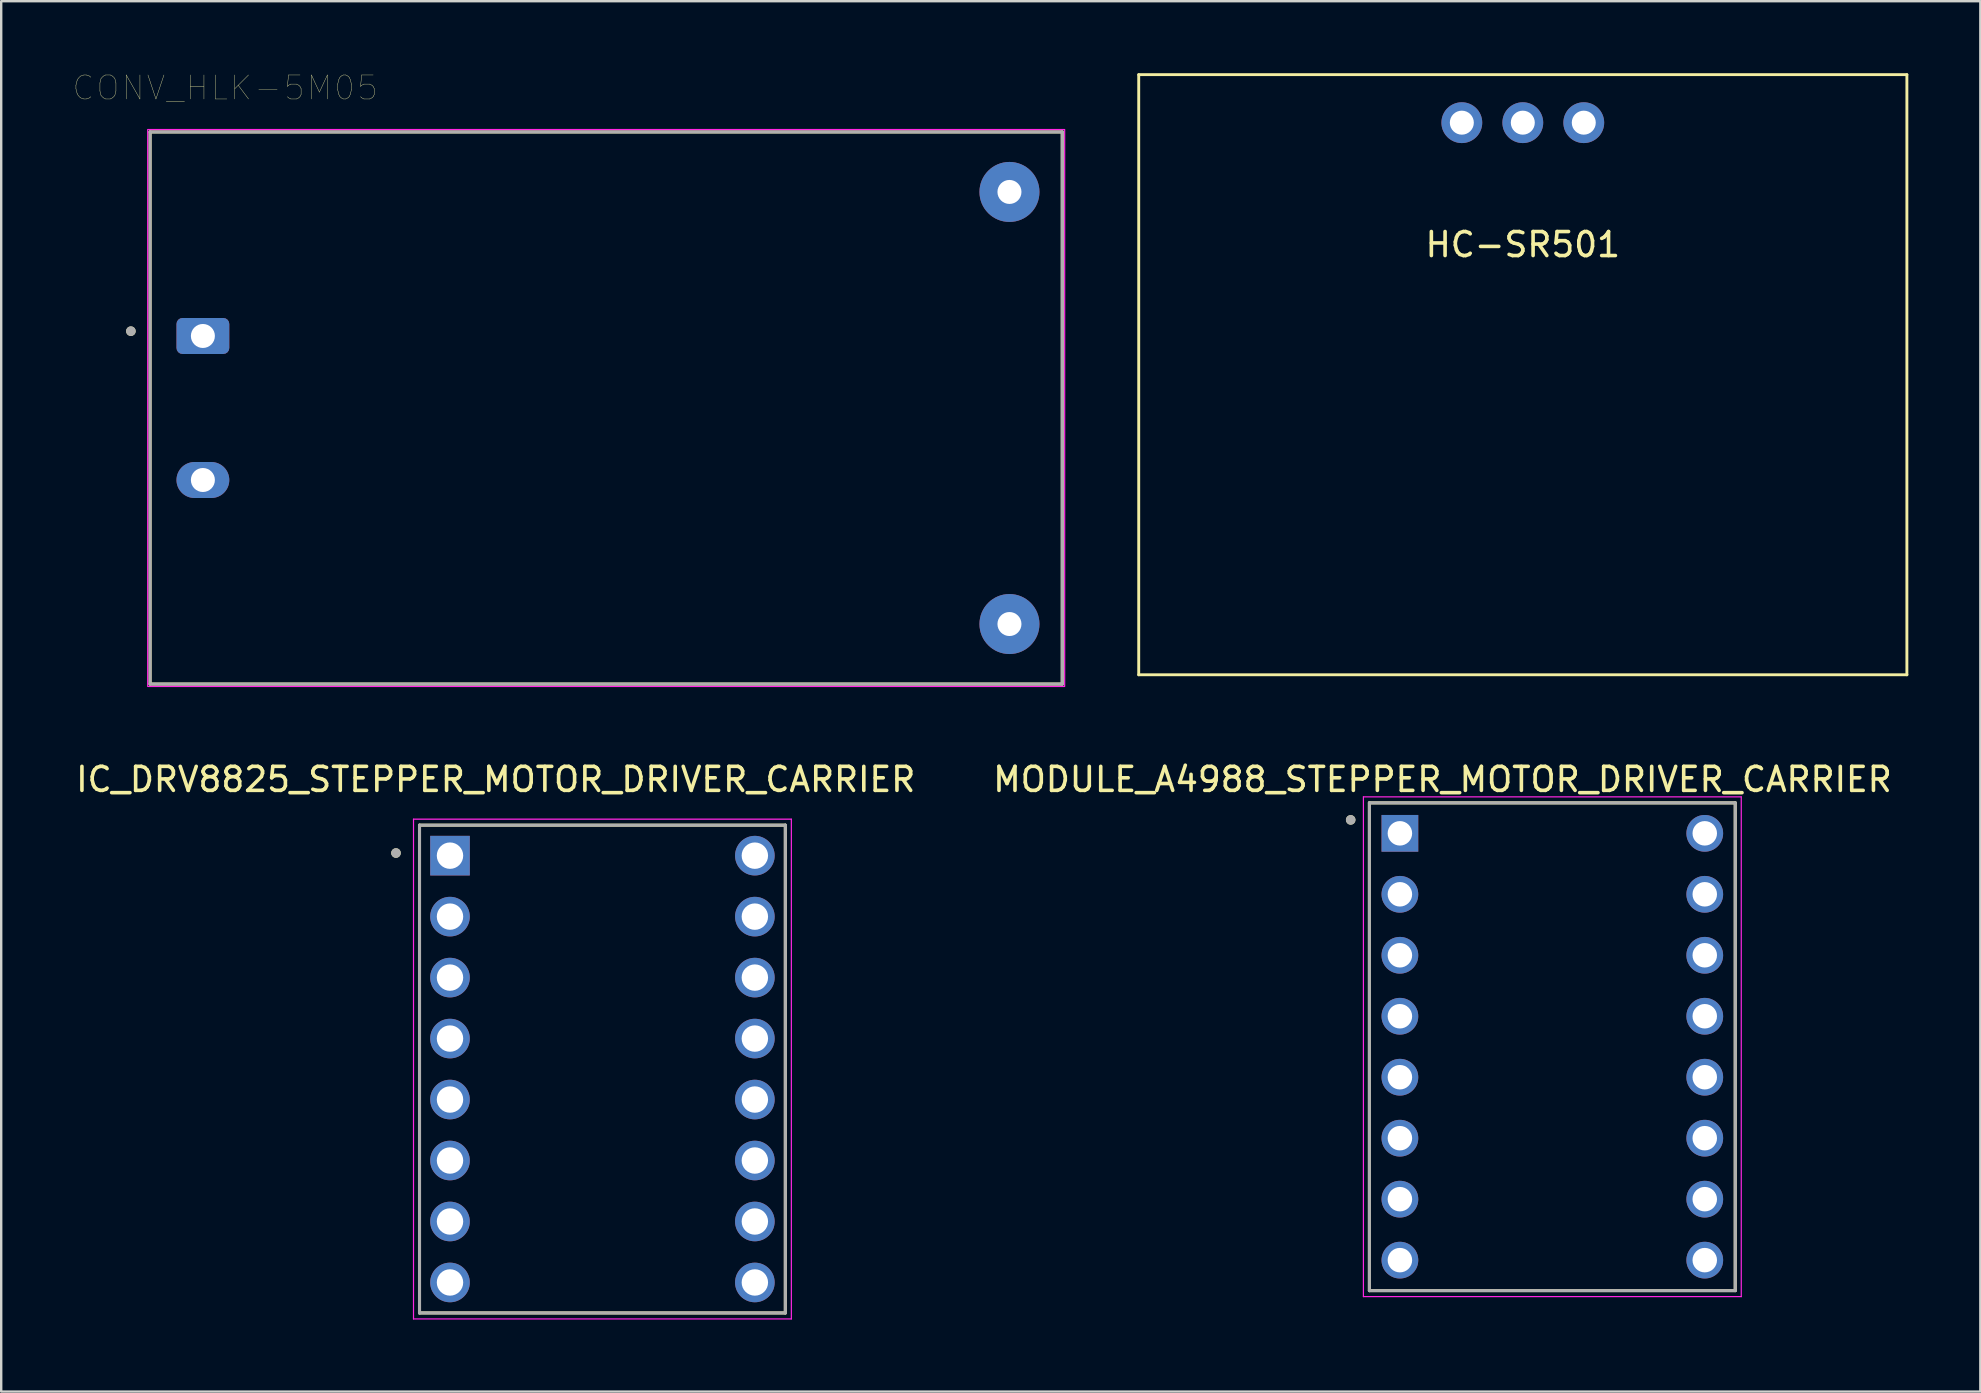
<source format=kicad_pcb>
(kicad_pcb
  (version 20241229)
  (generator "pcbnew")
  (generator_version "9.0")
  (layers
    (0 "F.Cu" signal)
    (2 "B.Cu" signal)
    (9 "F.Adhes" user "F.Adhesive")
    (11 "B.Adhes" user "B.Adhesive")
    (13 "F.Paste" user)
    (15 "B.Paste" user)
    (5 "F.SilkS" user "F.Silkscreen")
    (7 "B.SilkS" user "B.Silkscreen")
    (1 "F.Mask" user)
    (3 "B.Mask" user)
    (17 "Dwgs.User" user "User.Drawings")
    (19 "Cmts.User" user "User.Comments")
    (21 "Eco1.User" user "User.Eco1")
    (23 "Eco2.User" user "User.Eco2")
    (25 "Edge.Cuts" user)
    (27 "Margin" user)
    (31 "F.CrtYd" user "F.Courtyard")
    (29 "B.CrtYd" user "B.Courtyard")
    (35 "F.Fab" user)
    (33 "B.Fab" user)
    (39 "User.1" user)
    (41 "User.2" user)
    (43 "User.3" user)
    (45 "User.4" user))
  (footprint "IC_DRV8825_STEPPER_MOTOR_DRIVER_CARRIER"
    (layer "F.Cu")
    (at 22.046 41.485)
    (property "Reference" "IC_DRV8825_STEPPER_MOTOR_DRIVER_CARRIER" (at -4.445 -12.065 0) (layer "F.SilkS") (effects (font (size 1 1) (thickness 0.15))))
    (attr through_hole)
    (fp_line (start -7.62 -10.16) (end 7.62 -10.16) (stroke (width 0.127) (type solid)) (layer "F.SilkS"))
    (fp_line (start -7.62 10.16) (end -7.62 -10.16) (stroke (width 0.127) (type solid)) (layer "F.SilkS"))
    (fp_line (start 7.62 -10.16) (end 7.62 10.16) (stroke (width 0.127) (type solid)) (layer "F.SilkS"))
    (fp_line (start 7.62 10.16) (end -7.62 10.16) (stroke (width 0.127) (type solid)) (layer "F.SilkS"))
    (fp_circle (center -8.6 -9) (end -8.5 -9) (stroke (width 0.2) (type solid)) (fill no) (layer "F.SilkS"))
    (fp_line (start -7.87 -10.41) (end 7.87 -10.41) (stroke (width 0.05) (type solid)) (layer "F.CrtYd"))
    (fp_line (start -7.87 10.41) (end -7.87 -10.41) (stroke (width 0.05) (type solid)) (layer "F.CrtYd"))
    (fp_line (start 7.87 -10.41) (end 7.87 10.41) (stroke (width 0.05) (type solid)) (layer "F.CrtYd"))
    (fp_line (start 7.87 10.41) (end -7.87 10.41) (stroke (width 0.05) (type solid)) (layer "F.CrtYd"))
    (fp_line (start -7.62 -10.16) (end 7.62 -10.16) (stroke (width 0.127) (type solid)) (layer "F.Fab"))
    (fp_line (start -7.62 10.16) (end -7.62 -10.16) (stroke (width 0.127) (type solid)) (layer "F.Fab"))
    (fp_line (start 7.62 -10.16) (end 7.62 10.16) (stroke (width 0.127) (type solid)) (layer "F.Fab"))
    (fp_line (start 7.62 10.16) (end -7.62 10.16) (stroke (width 0.127) (type solid)) (layer "F.Fab"))
    (fp_circle (center -8.6 -9) (end -8.5 -9) (stroke (width 0.2) (type solid)) (fill no) (layer "F.Fab"))
    (pad "1" thru_hole rect (at -6.35 -8.89) (size 1.65 1.65) (drill 1.1) (layers "*.Cu" "*.Mask"))
    (pad "2" thru_hole circle (at -6.35 -6.35) (size 1.65 1.65) (drill 1.1) (layers "*.Cu" "*.Mask"))
    (pad "3" thru_hole circle (at -6.35 -3.81) (size 1.65 1.65) (drill 1.1) (layers "*.Cu" "*.Mask"))
    (pad "4" thru_hole circle (at -6.35 -1.27) (size 1.65 1.65) (drill 1.1) (layers "*.Cu" "*.Mask"))
    (pad "5" thru_hole circle (at -6.35 1.27) (size 1.65 1.65) (drill 1.1) (layers "*.Cu" "*.Mask"))
    (pad "6" thru_hole circle (at -6.35 3.81) (size 1.65 1.65) (drill 1.1) (layers "*.Cu" "*.Mask"))
    (pad "7" thru_hole circle (at -6.35 6.35) (size 1.65 1.65) (drill 1.1) (layers "*.Cu" "*.Mask"))
    (pad "8" thru_hole circle (at -6.35 8.89) (size 1.65 1.65) (drill 1.1) (layers "*.Cu" "*.Mask"))
    (pad "9" thru_hole circle (at 6.35 8.89) (size 1.65 1.65) (drill 1.1) (layers "*.Cu" "*.Mask"))
    (pad "10" thru_hole circle (at 6.35 6.35) (size 1.65 1.65) (drill 1.1) (layers "*.Cu" "*.Mask"))
    (pad "11" thru_hole circle (at 6.35 3.81) (size 1.65 1.65) (drill 1.1) (layers "*.Cu" "*.Mask"))
    (pad "12" thru_hole circle (at 6.35 1.27) (size 1.65 1.65) (drill 1.1) (layers "*.Cu" "*.Mask"))
    (pad "13" thru_hole circle (at 6.35 -1.27) (size 1.65 1.65) (drill 1.1) (layers "*.Cu" "*.Mask"))
    (pad "14" thru_hole circle (at 6.35 -3.81) (size 1.65 1.65) (drill 1.1) (layers "*.Cu" "*.Mask"))
    (pad "15" thru_hole circle (at 6.35 -6.35) (size 1.65 1.65) (drill 1.1) (layers "*.Cu" "*.Mask"))
    (pad "16" thru_hole circle (at 6.35 -8.89) (size 1.65 1.65) (drill 1.1) (layers "*.Cu" "*.Mask")))
  (footprint "MODULE_A4988_STEPPER_MOTOR_DRIVER_CARRIER"
    (layer "F.Cu")
    (at 61.617 40.555)
    (property "Reference" "MODULE_A4988_STEPPER_MOTOR_DRIVER_CARRIER" (at -4.575 -11.135 180) (layer "F.SilkS") (effects (font (size 1 1) (thickness 0.15))))
    (attr through_hole)
    (fp_line (start -7.62 -10.16) (end 7.62 -10.16) (stroke (width 0.127) (type solid)) (layer "F.SilkS"))
    (fp_line (start -7.62 10.16) (end -7.62 -10.16) (stroke (width 0.127) (type solid)) (layer "F.SilkS"))
    (fp_line (start 7.62 -10.16) (end 7.62 10.16) (stroke (width 0.127) (type solid)) (layer "F.SilkS"))
    (fp_line (start 7.62 10.16) (end -7.62 10.16) (stroke (width 0.127) (type solid)) (layer "F.SilkS"))
    (fp_circle (center -8.4 -9.45) (end -8.3 -9.45) (stroke (width 0.2) (type solid)) (fill no) (layer "F.SilkS"))
    (fp_line (start -7.87 -10.41) (end -7.87 10.41) (stroke (width 0.05) (type solid)) (layer "F.CrtYd"))
    (fp_line (start -7.87 10.41) (end 7.87 10.41) (stroke (width 0.05) (type solid)) (layer "F.CrtYd"))
    (fp_line (start 7.87 -10.41) (end -7.87 -10.41) (stroke (width 0.05) (type solid)) (layer "F.CrtYd"))
    (fp_line (start 7.87 10.41) (end 7.87 -10.41) (stroke (width 0.05) (type solid)) (layer "F.CrtYd"))
    (fp_line (start -7.62 -10.16) (end 7.62 -10.16) (stroke (width 0.127) (type solid)) (layer "F.Fab"))
    (fp_line (start -7.62 10.16) (end -7.62 -10.16) (stroke (width 0.127) (type solid)) (layer "F.Fab"))
    (fp_line (start 7.62 -10.16) (end 7.62 10.16) (stroke (width 0.127) (type solid)) (layer "F.Fab"))
    (fp_line (start 7.62 10.16) (end -7.62 10.16) (stroke (width 0.127) (type solid)) (layer "F.Fab"))
    (fp_circle (center -8.4 -9.45) (end -8.3 -9.45) (stroke (width 0.2) (type solid)) (fill no) (layer "F.Fab"))
    (pad "1" thru_hole rect (at -6.35 -8.89) (size 1.53 1.53) (drill 1.02) (layers "*.Cu" "*.Mask"))
    (pad "2" thru_hole circle (at -6.35 -6.35) (size 1.53 1.53) (drill 1.02) (layers "*.Cu" "*.Mask"))
    (pad "3" thru_hole circle (at -6.35 -3.81) (size 1.53 1.53) (drill 1.02) (layers "*.Cu" "*.Mask"))
    (pad "4" thru_hole circle (at -6.35 -1.27) (size 1.53 1.53) (drill 1.02) (layers "*.Cu" "*.Mask"))
    (pad "5" thru_hole circle (at -6.35 1.27) (size 1.53 1.53) (drill 1.02) (layers "*.Cu" "*.Mask"))
    (pad "6" thru_hole circle (at -6.35 3.81) (size 1.53 1.53) (drill 1.02) (layers "*.Cu" "*.Mask"))
    (pad "7" thru_hole circle (at -6.35 6.35) (size 1.53 1.53) (drill 1.02) (layers "*.Cu" "*.Mask"))
    (pad "8" thru_hole circle (at -6.35 8.89) (size 1.53 1.53) (drill 1.02) (layers "*.Cu" "*.Mask"))
    (pad "9" thru_hole circle (at 6.35 8.89) (size 1.53 1.53) (drill 1.02) (layers "*.Cu" "*.Mask"))
    (pad "10" thru_hole circle (at 6.35 6.35) (size 1.53 1.53) (drill 1.02) (layers "*.Cu" "*.Mask"))
    (pad "11" thru_hole circle (at 6.35 3.81) (size 1.53 1.53) (drill 1.02) (layers "*.Cu" "*.Mask"))
    (pad "12" thru_hole circle (at 6.35 1.27) (size 1.53 1.53) (drill 1.02) (layers "*.Cu" "*.Mask"))
    (pad "13" thru_hole circle (at 6.35 -1.27) (size 1.53 1.53) (drill 1.02) (layers "*.Cu" "*.Mask"))
    (pad "14" thru_hole circle (at 6.35 -3.81) (size 1.53 1.53) (drill 1.02) (layers "*.Cu" "*.Mask"))
    (pad "15" thru_hole circle (at 6.35 -6.35) (size 1.53 1.53) (drill 1.02) (layers "*.Cu" "*.Mask"))
    (pad "16" thru_hole circle (at 6.35 -8.89) (size 1.53 1.53) (drill 1.02) (layers "*.Cu" "*.Mask")))
  (footprint "CONV_HLK-5M05"
    (layer "F.Cu")
    (at 22.202 13.946)
    (property "Reference" "CONV_HLK-5M05" (at -15.875 -13.335 0) (layer "F.SilkS") (effects (font (size 1 1) (thickness 0.015))))
    (attr through_hole)
    (fp_line (start -19 -11.5) (end -19 11.5) (stroke (width 0.127) (type solid)) (layer "F.SilkS"))
    (fp_line (start -19 11.5) (end 19 11.5) (stroke (width 0.127) (type solid)) (layer "F.SilkS"))
    (fp_line (start 19 -11.5) (end -19 -11.5) (stroke (width 0.127) (type solid)) (layer "F.SilkS"))
    (fp_line (start 19 11.5) (end 19 -11.5) (stroke (width 0.127) (type solid)) (layer "F.SilkS"))
    (fp_circle (center -19.8 -3.2) (end -19.7 -3.2) (stroke (width 0.2) (type solid)) (fill no) (layer "F.SilkS"))
    (fp_rect (start -19.1 -11.6) (end 19.1 11.6) (stroke (width 0.05) (type default)) (fill no) (layer "F.CrtYd"))
    (fp_line (start -19 -11.5) (end -19 11.5) (stroke (width 0.127) (type solid)) (layer "F.Fab"))
    (fp_line (start -19 11.5) (end 19 11.5) (stroke (width 0.127) (type solid)) (layer "F.Fab"))
    (fp_line (start 19 -11.5) (end -19 -11.5) (stroke (width 0.127) (type solid)) (layer "F.Fab"))
    (fp_line (start 19 11.5) (end 19 -11.5) (stroke (width 0.127) (type solid)) (layer "F.Fab"))
    (fp_circle (center -19.8 -3.2) (end -19.7 -3.2) (stroke (width 0.2) (type solid)) (fill no) (layer "F.Fab"))
    (pad "1" thru_hole roundrect (at -16.8 -3) (size 2.2 1.5) (drill 1) (layers "*.Cu" "*.Mask") (roundrect_rratio 0.167))
    (pad "2" thru_hole oval (at -16.8 3) (size 2.2 1.5) (drill 1) (layers "*.Cu" "*.Mask"))
    (pad "3" thru_hole circle (at 16.8 -9) (size 2.5 2.5) (drill 1) (layers "*.Cu" "*.Mask"))
    (pad "4" thru_hole circle (at 16.8 9) (size 2.5 2.5) (drill 1) (layers "*.Cu" "*.Mask")))
  (footprint "HC-SR501"
    (layer "F.Cu")
    (at 60.387 2.06)
    (property "Reference" "HC-SR501" (at 0 5.08 0) (layer "F.SilkS") (effects (font (size 1 1) (thickness 0.15))))
    (attr through_hole)
    (fp_line (start -16 -2) (end 16 -2) (stroke (width 0.12) (type solid)) (layer "F.SilkS"))
    (fp_line (start -16 23) (end -16 -2) (stroke (width 0.12) (type solid)) (layer "F.SilkS"))
    (fp_line (start 16 -2) (end 16 23) (stroke (width 0.12) (type solid)) (layer "F.SilkS"))
    (fp_line (start 16 23) (end -16 23) (stroke (width 0.12) (type solid)) (layer "F.SilkS"))
    (pad "1" thru_hole circle (at -2.54 0) (size 1.7 1.7) (drill 1) (layers "*.Cu" "*.Mask"))
    (pad "2" thru_hole circle (at 0 0) (size 1.7 1.7) (drill 1) (layers "*.Cu" "*.Mask"))
    (pad "3" thru_hole circle (at 2.54 0) (size 1.7 1.7) (drill 1) (layers "*.Cu" "*.Mask")))
  (gr_rect
    (start -3 -3)
    (end 79.447 54.92)
    (stroke (width 0.1) (type default))
    (fill no)
    (layer "Edge.Cuts")))
</source>
